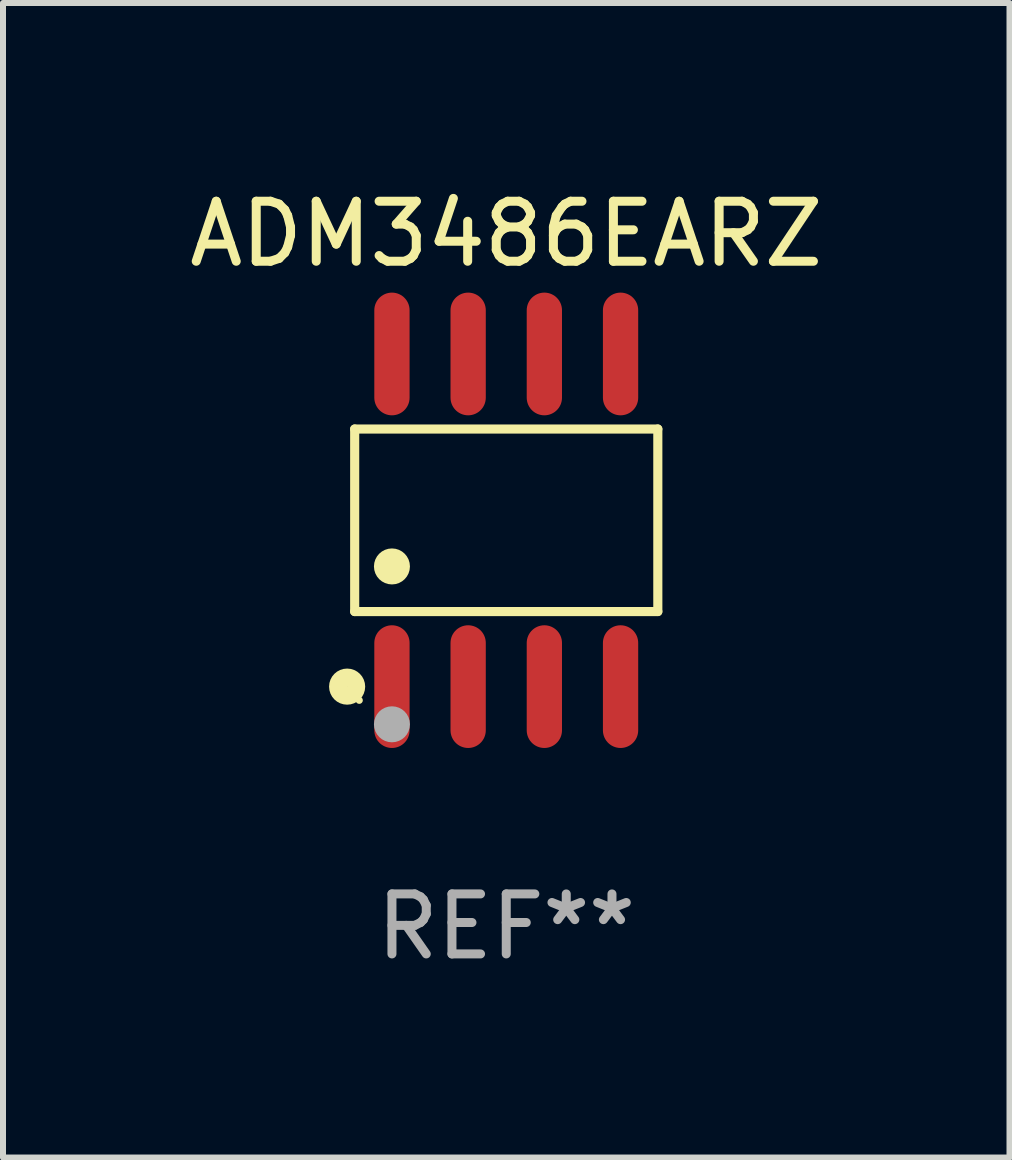
<source format=kicad_pcb>
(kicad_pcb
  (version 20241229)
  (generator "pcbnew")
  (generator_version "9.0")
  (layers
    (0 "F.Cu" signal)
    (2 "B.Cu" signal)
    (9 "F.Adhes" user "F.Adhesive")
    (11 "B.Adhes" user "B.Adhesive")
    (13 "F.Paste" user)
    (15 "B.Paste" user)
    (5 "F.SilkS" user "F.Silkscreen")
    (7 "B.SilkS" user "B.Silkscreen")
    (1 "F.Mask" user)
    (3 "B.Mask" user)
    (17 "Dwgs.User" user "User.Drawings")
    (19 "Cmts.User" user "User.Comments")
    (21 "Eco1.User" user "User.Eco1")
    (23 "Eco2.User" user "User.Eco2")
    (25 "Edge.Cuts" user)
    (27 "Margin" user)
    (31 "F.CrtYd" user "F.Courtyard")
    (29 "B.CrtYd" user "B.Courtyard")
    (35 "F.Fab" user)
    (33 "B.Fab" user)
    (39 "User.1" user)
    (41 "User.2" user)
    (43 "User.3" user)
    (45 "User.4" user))
  (footprint "ADM3486EARZ"
    (layer "F.Cu")
    (at 5.387 5.621)
    (property "Reference" "ADM3486EARZ" (at 0 -4.772 0) (layer "F.SilkS") (effects (font (size 1 1) (thickness 0.15))))
    (attr through_hole)
    (fp_line (start -2.526 -1.521) (end 2.526 -1.521) (stroke (width 0.152) (type solid)) (layer "F.SilkS"))
    (fp_line (start -2.526 1.521) (end -2.526 -1.521) (stroke (width 0.152) (type solid)) (layer "F.SilkS"))
    (fp_line (start 2.526 -1.521) (end 2.526 1.521) (stroke (width 0.152) (type solid)) (layer "F.SilkS"))
    (fp_line (start 2.526 1.521) (end -2.526 1.521) (stroke (width 0.152) (type solid)) (layer "F.SilkS"))
    (fp_circle (center -2.652 2.772) (end -2.501 2.772) (stroke (width 0.3) (type solid)) (fill no) (layer "F.SilkS"))
    (fp_circle (center -2.45 3) (end -2.42 3) (stroke (width 0.06) (type solid)) (fill no) (layer "F.SilkS"))
    (fp_circle (center -1.905 0.769) (end -1.755 0.769) (stroke (width 0.3) (type solid)) (fill no) (layer "F.SilkS"))
    (fp_circle (center -1.905 3.4) (end -1.755 3.4) (stroke (width 0.3) (type solid)) (fill no) (layer "F.Fab"))
    (fp_text user "REF**" (at 0 6.772 0) (layer "F.Fab") (effects (font (size 1 1) (thickness 0.15))))
    (pad "1" smd oval (at -1.905 2.772) (size 0.588 2.045) (layers "F.Cu" "F.Mask" "F.Paste"))
    (pad "2" smd oval (at -0.635 2.772) (size 0.588 2.045) (layers "F.Cu" "F.Mask" "F.Paste"))
    (pad "3" smd oval (at 0.635 2.772) (size 0.588 2.045) (layers "F.Cu" "F.Mask" "F.Paste"))
    (pad "4" smd oval (at 1.905 2.772) (size 0.588 2.045) (layers "F.Cu" "F.Mask" "F.Paste"))
    (pad "5" smd oval (at 1.905 -2.772) (size 0.588 2.045) (layers "F.Cu" "F.Mask" "F.Paste"))
    (pad "6" smd oval (at 0.635 -2.772) (size 0.588 2.045) (layers "F.Cu" "F.Mask" "F.Paste"))
    (pad "7" smd oval (at -0.635 -2.772) (size 0.588 2.045) (layers "F.Cu" "F.Mask" "F.Paste"))
    (pad "8" smd oval (at -1.905 -2.772) (size 0.588 2.045) (layers "F.Cu" "F.Mask" "F.Paste")))
  (gr_rect
    (start -3 -3)
    (end 13.774 16.241)
    (stroke (width 0.1) (type default))
    (fill no)
    (layer "Edge.Cuts")))
</source>
